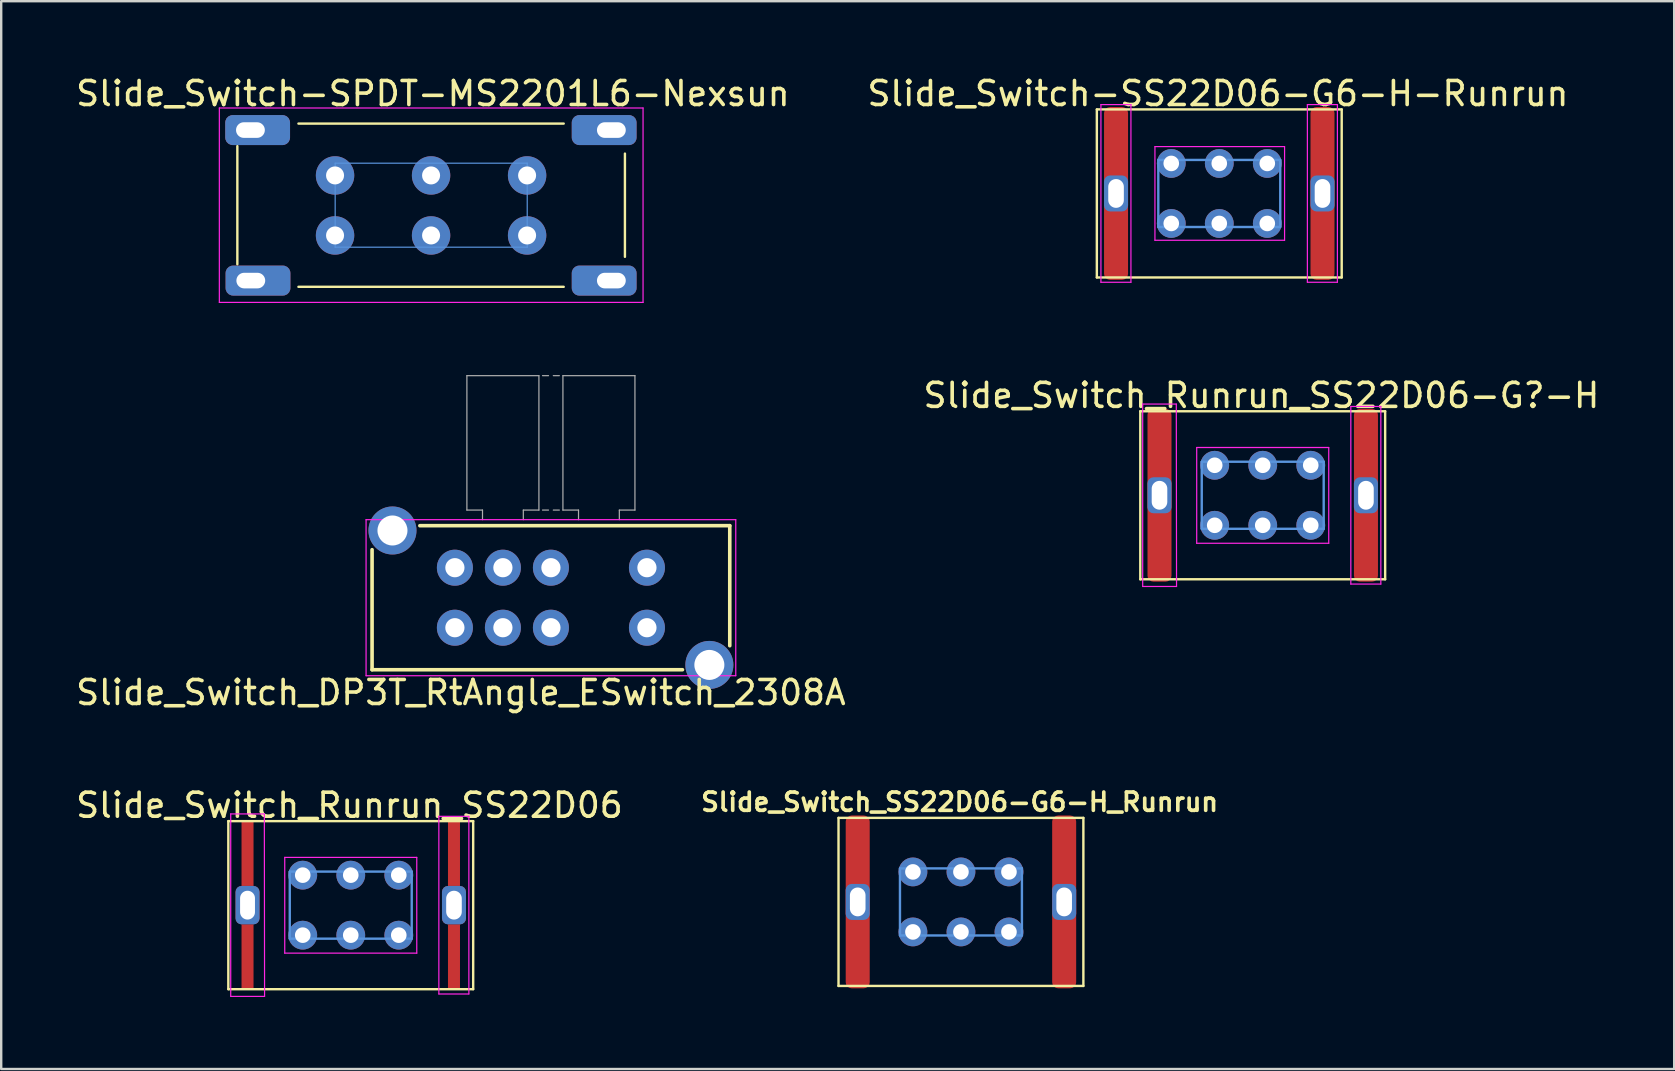
<source format=kicad_pcb>
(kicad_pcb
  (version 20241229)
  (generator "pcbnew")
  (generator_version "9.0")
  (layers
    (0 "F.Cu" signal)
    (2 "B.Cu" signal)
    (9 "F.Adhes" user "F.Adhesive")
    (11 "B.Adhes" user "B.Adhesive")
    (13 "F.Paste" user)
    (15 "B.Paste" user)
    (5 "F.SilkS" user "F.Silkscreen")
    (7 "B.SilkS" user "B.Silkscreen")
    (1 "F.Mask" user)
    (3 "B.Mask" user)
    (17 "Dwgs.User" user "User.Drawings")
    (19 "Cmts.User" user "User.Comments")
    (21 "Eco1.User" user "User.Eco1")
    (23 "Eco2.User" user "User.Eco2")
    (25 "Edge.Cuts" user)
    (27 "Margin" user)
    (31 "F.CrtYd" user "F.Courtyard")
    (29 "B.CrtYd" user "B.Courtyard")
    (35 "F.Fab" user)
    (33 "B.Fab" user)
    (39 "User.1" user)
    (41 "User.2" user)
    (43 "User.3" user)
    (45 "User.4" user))
  (footprint "Slide_Switch_SS22D06-G6-H_Runrun"
    (layer "F.Cu")
    (at 36.979 34.52)
    (property "Reference" "Slide_Switch_SS22D06-G6-H_Runrun" (at -0.055 -4.16 0) (layer "F.SilkS") (effects (font (size 0.762 0.762) (thickness 0.152))))
    (attr through_hole)
    (fp_line (start -5.1 -3.5) (end -5.1 3.5) (stroke (width 0.1) (type solid)) (layer "F.SilkS"))
    (fp_line (start -5.1 -3.5) (end 5.1 -3.5) (stroke (width 0.1) (type solid)) (layer "F.SilkS"))
    (fp_line (start 5.1 3.5) (end -5.1 3.5) (stroke (width 0.1) (type solid)) (layer "F.SilkS"))
    (fp_line (start 5.1 3.5) (end 5.1 -3.5) (stroke (width 0.1) (type solid)) (layer "F.SilkS"))
    (fp_line (start -2.54 -1.397) (end -2.54 1.397) (stroke (width 0.1) (type solid)) (layer "Cmts.User"))
    (fp_line (start -2.54 1.397) (end 2.54 1.397) (stroke (width 0.1) (type solid)) (layer "Cmts.User"))
    (fp_line (start 2.54 -1.397) (end -2.54 -1.397) (stroke (width 0.1) (type solid)) (layer "Cmts.User"))
    (fp_line (start 2.54 1.397) (end 2.54 -1.397) (stroke (width 0.1) (type solid)) (layer "Cmts.User"))
    (pad "" thru_hole roundrect (at -4.3 0 90) (size 1.5 1) (drill oval 1.2 0.65) (layers "*.Cu" "*.Mask") (roundrect_rratio 0.25))
    (pad "" connect roundrect (at -4.3 0 90) (size 7.2 1) (layers "F.Cu" "F.Mask") (roundrect_rratio 0.25))
    (pad "" thru_hole roundrect (at 4.3 0 90) (size 1.5 1) (drill oval 1.2 0.65) (layers "*.Cu" "*.Mask") (roundrect_rratio 0.25))
    (pad "" connect roundrect (at 4.3 0 90) (size 7.2 1) (layers "F.Cu" "F.Mask") (roundrect_rratio 0.25))
    (pad "1" thru_hole circle (at -2 1.25) (size 1.2 1.2) (drill 0.65) (layers "*.Cu" "*.Mask"))
    (pad "2" thru_hole circle (at 0 1.25) (size 1.2 1.2) (drill 0.65) (layers "*.Cu" "*.Mask"))
    (pad "3" thru_hole circle (at 2 1.25) (size 1.2 1.2) (drill 0.65) (layers "*.Cu" "*.Mask"))
    (pad "4" thru_hole circle (at -2 -1.25) (size 1.2 1.2) (drill 0.65) (layers "*.Cu" "*.Mask"))
    (pad "5" thru_hole circle (at 0 -1.25) (size 1.2 1.2) (drill 0.65) (layers "*.Cu" "*.Mask"))
    (pad "6" thru_hole circle (at 2 -1.25) (size 1.2 1.2) (drill 0.65) (layers "*.Cu" "*.Mask")))
  (footprint "Slide_Switch-SPDT-MS2201L6-Nexsun"
    (layer "F.Cu")
    (at 14.912 5.498)
    (property "Reference" "Slide_Switch-SPDT-MS2201L6-Nexsun" (at 0.07 -4.65 0) (layer "F.SilkS") (effects (font (size 1 1) (thickness 0.15))))
    (attr through_hole)
    (fp_line (start -8.075 -2.46) (end -8.075 2.46) (stroke (width 0.1) (type solid)) (layer "F.SilkS"))
    (fp_line (start -5.53 3.4) (end 5.52 3.4) (stroke (width 0.1) (type solid)) (layer "F.SilkS"))
    (fp_line (start 5.52 -3.4) (end -5.53 -3.4) (stroke (width 0.1) (type solid)) (layer "F.SilkS"))
    (fp_line (start 8.07 2.15) (end 8.07 -2.15) (stroke (width 0.1) (type solid)) (layer "F.SilkS"))
    (fp_line (start -4 -1.75) (end 4 -1.75) (stroke (width 0.05) (type solid)) (layer "Cmts.User"))
    (fp_line (start -4 1.75) (end -4 -1.75) (stroke (width 0.05) (type solid)) (layer "Cmts.User"))
    (fp_line (start -4 1.75) (end 4 1.75) (stroke (width 0.05) (type solid)) (layer "Cmts.User"))
    (fp_line (start 4 1.75) (end 4 -1.75) (stroke (width 0.05) (type solid)) (layer "Cmts.User"))
    (fp_line (start -8.825 -4.05) (end -8.825 4.05) (stroke (width 0.05) (type solid)) (layer "F.CrtYd"))
    (fp_line (start -8.825 4.05) (end 8.825 4.05) (stroke (width 0.05) (type solid)) (layer "F.CrtYd"))
    (fp_line (start 8.825 -4.05) (end -8.825 -4.05) (stroke (width 0.05) (type solid)) (layer "F.CrtYd"))
    (fp_line (start 8.825 4.05) (end 8.825 -4.05) (stroke (width 0.05) (type solid)) (layer "F.CrtYd"))
    (pad "1" thru_hole circle (at -4.005 -1.24) (size 1.6 1.6) (drill 0.75) (layers "*.Cu" "*.Mask"))
    (pad "2" thru_hole circle (at -0.005 -1.24) (size 1.6 1.6) (drill 0.75) (layers "*.Cu" "*.Mask"))
    (pad "3" thru_hole circle (at 3.995 -1.24) (size 1.6 1.6) (drill 0.75) (layers "*.Cu" "*.Mask"))
    (pad "4" thru_hole circle (at -4.005 1.26) (size 1.6 1.6) (drill 0.75) (layers "*.Cu" "*.Mask"))
    (pad "5" thru_hole circle (at -0.005 1.26) (size 1.6 1.6) (drill 0.75) (layers "*.Cu" "*.Mask"))
    (pad "6" thru_hole circle (at 3.995 1.26) (size 1.6 1.6) (drill 0.75) (layers "*.Cu" "*.Mask"))
    (pad "GND" thru_hole roundrect (at -7.53 -3.13) (size 2.7 1.25) (drill oval 1.2 0.65 (offset 0.3 0)) (layers "*.Cu" "*.Mask") (roundrect_rratio 0.25))
    (pad "GND" thru_hole roundrect (at -7.515 3.14) (size 2.7 1.25) (drill oval 1.2 0.65 (offset 0.3 0)) (layers "*.Cu" "*.Mask") (roundrect_rratio 0.25))
    (pad "GND" thru_hole roundrect (at 7.505 -3.13) (size 2.7 1.25) (drill oval 1.2 0.65 (offset -0.3 0)) (layers "*.Cu" "*.Mask") (roundrect_rratio 0.25))
    (pad "GND" thru_hole roundrect (at 7.505 3.14) (size 2.7 1.25) (drill oval 1.2 0.65 (offset -0.3 0)) (layers "*.Cu" "*.Mask") (roundrect_rratio 0.25)))
  (footprint "Slide_Switch_Runrun_SS22D06-G?-H"
    (layer "F.Cu")
    (at 49.55 17.581)
    (property "Reference" "Slide_Switch_Runrun_SS22D06-G?-H" (at -0.055 -4.16 0) (layer "F.SilkS") (effects (font (size 1 1) (thickness 0.15))))
    (attr through_hole)
    (fp_line (start -5.1 -3.5) (end -5.1 3.5) (stroke (width 0.1) (type solid)) (layer "F.SilkS"))
    (fp_line (start -5.1 -3.5) (end 5.1 -3.5) (stroke (width 0.1) (type solid)) (layer "F.SilkS"))
    (fp_line (start 5.1 3.5) (end -5.1 3.5) (stroke (width 0.1) (type solid)) (layer "F.SilkS"))
    (fp_line (start 5.1 3.5) (end 5.1 -3.5) (stroke (width 0.1) (type solid)) (layer "F.SilkS"))
    (fp_line (start -2.54 -1.397) (end -2.54 1.397) (stroke (width 0.1) (type solid)) (layer "Cmts.User"))
    (fp_line (start -2.54 1.397) (end 2.54 1.397) (stroke (width 0.1) (type solid)) (layer "Cmts.User"))
    (fp_line (start 2.54 -1.397) (end -2.54 -1.397) (stroke (width 0.1) (type solid)) (layer "Cmts.User"))
    (fp_line (start 2.54 1.397) (end 2.54 -1.397) (stroke (width 0.1) (type solid)) (layer "Cmts.User"))
    (fp_line (start -5 -3.8) (end -3.6 -3.8) (stroke (width 0.05) (type solid)) (layer "F.CrtYd"))
    (fp_line (start -5 3.8) (end -5 -3.8) (stroke (width 0.05) (type solid)) (layer "F.CrtYd"))
    (fp_line (start -3.6 -3.8) (end -3.59 3.8) (stroke (width 0.05) (type solid)) (layer "F.CrtYd"))
    (fp_line (start -3.59 3.8) (end -5 3.8) (stroke (width 0.05) (type solid)) (layer "F.CrtYd"))
    (fp_line (start -2.75 -1.99) (end 2.75 -1.99) (stroke (width 0.05) (type solid)) (layer "F.CrtYd"))
    (fp_line (start -2.75 2) (end -2.75 -1.99) (stroke (width 0.05) (type solid)) (layer "F.CrtYd"))
    (fp_line (start 2.75 -1.99) (end 2.75 2) (stroke (width 0.05) (type solid)) (layer "F.CrtYd"))
    (fp_line (start 2.75 2) (end -2.75 2) (stroke (width 0.05) (type solid)) (layer "F.CrtYd"))
    (fp_line (start 3.67 -3.7) (end 4.92 -3.7) (stroke (width 0.05) (type solid)) (layer "F.CrtYd"))
    (fp_line (start 3.67 3.7) (end 3.67 -3.7) (stroke (width 0.05) (type solid)) (layer "F.CrtYd"))
    (fp_line (start 4.92 -3.7) (end 4.92 3.7) (stroke (width 0.05) (type solid)) (layer "F.CrtYd"))
    (fp_line (start 4.92 3.7) (end 3.67 3.7) (stroke (width 0.05) (type solid)) (layer "F.CrtYd"))
    (pad "" thru_hole roundrect (at -4.3 0 90) (size 1.5 1) (drill oval 1.2 0.65) (layers "*.Cu" "*.Mask") (roundrect_rratio 0.25))
    (pad "" connect roundrect (at -4.3 0 90) (size 7.2 1) (layers "F.Cu" "F.Mask") (roundrect_rratio 0.25))
    (pad "" thru_hole roundrect (at 4.3 0 90) (size 1.5 1) (drill oval 1.2 0.65) (layers "*.Cu" "*.Mask") (roundrect_rratio 0.25))
    (pad "" connect roundrect (at 4.3 0 90) (size 7.2 1) (layers "F.Cu" "F.Mask") (roundrect_rratio 0.25))
    (pad "1" thru_hole circle (at -2 1.25) (size 1.2 1.2) (drill 0.65) (layers "*.Cu" "*.Mask"))
    (pad "2" thru_hole circle (at 0 1.25) (size 1.2 1.2) (drill 0.65) (layers "*.Cu" "*.Mask"))
    (pad "3" thru_hole circle (at 2 1.25) (size 1.2 1.2) (drill 0.65) (layers "*.Cu" "*.Mask"))
    (pad "4" thru_hole circle (at -2 -1.25) (size 1.2 1.2) (drill 0.65) (layers "*.Cu" "*.Mask"))
    (pad "5" thru_hole circle (at 0 -1.25) (size 1.2 1.2) (drill 0.65) (layers "*.Cu" "*.Mask"))
    (pad "6" thru_hole circle (at 2 -1.25) (size 1.2 1.2) (drill 0.65) (layers "*.Cu" "*.Mask")))
  (footprint "Slide_Switch_DP3T_RtAngle_ESwitch_2308A"
    (layer "F.Cu")
    (at 19.899 21.848)
    (property "Reference" "Slide_Switch_DP3T_RtAngle_ESwitch_2308A" (at -3.75 3.95 180) (layer "F.SilkS") (effects (font (size 1 1) (thickness 0.15))))
    (attr through_hole)
    (fp_line (start -7.45 3) (end -7.45 -2) (stroke (width 0.15) (type solid)) (layer "F.SilkS"))
    (fp_line (start -7.45 3) (end 5.48 3) (stroke (width 0.15) (type solid)) (layer "F.SilkS"))
    (fp_line (start -5.46 -3) (end 7.45 -3) (stroke (width 0.15) (type solid)) (layer "F.SilkS"))
    (fp_line (start 7.45 2) (end 7.45 -3) (stroke (width 0.15) (type solid)) (layer "F.SilkS"))
    (fp_line (start -7.7 -3.25) (end 7.7 -3.25) (stroke (width 0.05) (type solid)) (layer "F.CrtYd"))
    (fp_line (start -7.7 3.25) (end -7.7 -3.25) (stroke (width 0.05) (type solid)) (layer "F.CrtYd"))
    (fp_line (start -7.7 3.25) (end 7.7 3.25) (stroke (width 0.05) (type solid)) (layer "F.CrtYd"))
    (fp_line (start 7.7 3.25) (end 7.7 -3.25) (stroke (width 0.05) (type solid)) (layer "F.CrtYd"))
    (fp_line (start -3.5 -9.25) (end -0.5 -9.25) (stroke (width 0.05) (type solid)) (layer "F.Fab"))
    (fp_line (start -3.5 -3.65) (end -3.5 -9.25) (stroke (width 0.05) (type solid)) (layer "F.Fab"))
    (fp_line (start -3.5 -3.65) (end -2.85 -3.65) (stroke (width 0.05) (type solid)) (layer "F.Fab"))
    (fp_line (start -2.85 -3.65) (end -2.85 -3.25) (stroke (width 0.05) (type solid)) (layer "F.Fab"))
    (fp_line (start -1.15 -3.65) (end -1.15 -3.25) (stroke (width 0.05) (type solid)) (layer "F.Fab"))
    (fp_line (start -1.15 -3.65) (end -0.5 -3.65) (stroke (width 0.05) (type solid)) (layer "F.Fab"))
    (fp_line (start -0.5 -9.25) (end -0.5 -3.65) (stroke (width 0.05) (type solid)) (layer "F.Fab"))
    (fp_line (start -0.35 -9.25) (end -0.1 -9.25) (stroke (width 0.05) (type solid)) (layer "F.Fab"))
    (fp_line (start -0.35 -3.65) (end -0.1 -3.65) (stroke (width 0.05) (type solid)) (layer "F.Fab"))
    (fp_line (start 0.1 -9.25) (end 0.35 -9.25) (stroke (width 0.05) (type solid)) (layer "F.Fab"))
    (fp_line (start 0.1 -3.65) (end 0.35 -3.65) (stroke (width 0.05) (type solid)) (layer "F.Fab"))
    (fp_line (start 0.5 -9.25) (end 3.5 -9.25) (stroke (width 0.05) (type solid)) (layer "F.Fab"))
    (fp_line (start 0.5 -3.65) (end 0.5 -9.25) (stroke (width 0.05) (type solid)) (layer "F.Fab"))
    (fp_line (start 0.5 -3.65) (end 1.15 -3.65) (stroke (width 0.05) (type solid)) (layer "F.Fab"))
    (fp_line (start 1.15 -3.65) (end 1.15 -3.25) (stroke (width 0.05) (type solid)) (layer "F.Fab"))
    (fp_line (start 2.85 -3.65) (end 2.85 -3.25) (stroke (width 0.05) (type solid)) (layer "F.Fab"))
    (fp_line (start 2.85 -3.65) (end 3.5 -3.65) (stroke (width 0.05) (type solid)) (layer "F.Fab"))
    (fp_line (start 3.5 -9.25) (end 3.5 -3.65) (stroke (width 0.05) (type solid)) (layer "F.Fab"))
    (pad "" thru_hole circle (at -6.6 -2.8) (size 2 2) (drill 1.25) (layers "*.Cu" "*.Mask"))
    (pad "" thru_hole circle (at 6.6 2.8) (size 2 2) (drill 1.25) (layers "*.Cu" "*.Mask"))
    (pad "1" thru_hole circle (at -4 -1.25) (size 1.5 1.5) (drill 0.8) (layers "*.Cu" "*.Mask"))
    (pad "2" thru_hole circle (at -2 -1.25) (size 1.5 1.5) (drill 0.8) (layers "*.Cu" "*.Mask"))
    (pad "3" thru_hole circle (at 0 -1.25) (size 1.5 1.5) (drill 0.8) (layers "*.Cu" "*.Mask"))
    (pad "4" thru_hole circle (at 4 -1.25) (size 1.5 1.5) (drill 0.8) (layers "*.Cu" "*.Mask"))
    (pad "5" thru_hole circle (at -4 1.25) (size 1.5 1.5) (drill 0.8) (layers "*.Cu" "*.Mask"))
    (pad "6" thru_hole circle (at -2 1.25) (size 1.5 1.5) (drill 0.8) (layers "*.Cu" "*.Mask"))
    (pad "7" thru_hole circle (at 0 1.25) (size 1.5 1.5) (drill 0.8) (layers "*.Cu" "*.Mask"))
    (pad "8" thru_hole circle (at 4 1.25) (size 1.5 1.5) (drill 0.8) (layers "*.Cu" "*.Mask")))
  (footprint "Slide_Switch_Runrun_SS22D06"
    (layer "F.Cu")
    (at 11.561 34.655)
    (property "Reference" "Slide_Switch_Runrun_SS22D06" (at -0.055 -4.16 0) (layer "F.SilkS") (effects (font (size 1 1) (thickness 0.15))))
    (attr through_hole)
    (fp_line (start -5.1 -3.5) (end -5.1 3.5) (stroke (width 0.1) (type solid)) (layer "F.SilkS"))
    (fp_line (start -5.1 -3.5) (end 5.1 -3.5) (stroke (width 0.1) (type solid)) (layer "F.SilkS"))
    (fp_line (start 5.1 3.5) (end -5.1 3.5) (stroke (width 0.1) (type solid)) (layer "F.SilkS"))
    (fp_line (start 5.1 3.5) (end 5.1 -3.5) (stroke (width 0.1) (type solid)) (layer "F.SilkS"))
    (fp_line (start -2.54 -1.397) (end -2.54 1.397) (stroke (width 0.1) (type solid)) (layer "Cmts.User"))
    (fp_line (start -2.54 1.397) (end 2.54 1.397) (stroke (width 0.1) (type solid)) (layer "Cmts.User"))
    (fp_line (start 2.54 -1.397) (end -2.54 -1.397) (stroke (width 0.1) (type solid)) (layer "Cmts.User"))
    (fp_line (start 2.54 1.397) (end 2.54 -1.397) (stroke (width 0.1) (type solid)) (layer "Cmts.User"))
    (fp_line (start -5 -3.8) (end -3.6 -3.8) (stroke (width 0.05) (type solid)) (layer "F.CrtYd"))
    (fp_line (start -5 3.8) (end -5 -3.8) (stroke (width 0.05) (type solid)) (layer "F.CrtYd"))
    (fp_line (start -3.6 -3.8) (end -3.59 3.8) (stroke (width 0.05) (type solid)) (layer "F.CrtYd"))
    (fp_line (start -3.59 3.8) (end -5 3.8) (stroke (width 0.05) (type solid)) (layer "F.CrtYd"))
    (fp_line (start -2.75 -1.99) (end 2.75 -1.99) (stroke (width 0.05) (type solid)) (layer "F.CrtYd"))
    (fp_line (start -2.75 2) (end -2.75 -1.99) (stroke (width 0.05) (type solid)) (layer "F.CrtYd"))
    (fp_line (start 2.75 -1.99) (end 2.75 2) (stroke (width 0.05) (type solid)) (layer "F.CrtYd"))
    (fp_line (start 2.75 2) (end -2.75 2) (stroke (width 0.05) (type solid)) (layer "F.CrtYd"))
    (fp_line (start 3.67 -3.7) (end 4.92 -3.7) (stroke (width 0.05) (type solid)) (layer "F.CrtYd"))
    (fp_line (start 3.67 3.7) (end 3.67 -3.7) (stroke (width 0.05) (type solid)) (layer "F.CrtYd"))
    (fp_line (start 4.92 -3.7) (end 4.92 3.7) (stroke (width 0.05) (type solid)) (layer "F.CrtYd"))
    (fp_line (start 4.92 3.7) (end 3.67 3.7) (stroke (width 0.05) (type solid)) (layer "F.CrtYd"))
    (pad "1" thru_hole circle (at -2 1.25) (size 1.2 1.2) (drill 0.65) (layers "*.Cu" "*.Mask"))
    (pad "2" thru_hole circle (at 0 1.25) (size 1.2 1.2) (drill 0.65) (layers "*.Cu" "*.Mask"))
    (pad "3" thru_hole circle (at 2 1.25) (size 1.2 1.2) (drill 0.65) (layers "*.Cu" "*.Mask"))
    (pad "4" thru_hole circle (at -2 -1.25) (size 1.2 1.2) (drill 0.65) (layers "*.Cu" "*.Mask"))
    (pad "5" thru_hole circle (at 0 -1.25) (size 1.2 1.2) (drill 0.65) (layers "*.Cu" "*.Mask"))
    (pad "6" thru_hole circle (at 2 -1.25) (size 1.2 1.2) (drill 0.65) (layers "*.Cu" "*.Mask"))
    (pad "7" connect rect (at -4.3 -2.15 90) (size 2.7 0.5) (layers "F.Cu" "F.Mask"))
    (pad "7" thru_hole roundrect (at -4.3 0 90) (size 1.6 1) (drill oval 1.2 0.62) (layers "*.Cu" "*.Mask") (roundrect_rratio 0.25))
    (pad "7" connect rect (at -4.3 2.15 90) (size 2.7 0.5) (layers "F.Cu" "F.Mask"))
    (pad "8" connect rect (at 4.3 -2.15 90) (size 2.7 0.5) (layers "F.Cu" "F.Mask"))
    (pad "8" thru_hole roundrect (at 4.3 0 90) (size 1.6 1) (drill oval 1.2 0.65) (layers "*.Cu" "*.Mask") (roundrect_rratio 0.25))
    (pad "8" connect rect (at 4.3 2.15 90) (size 2.7 0.5) (layers "F.Cu" "F.Mask")))
  (footprint "Slide_Switch-SS22D06-G6-H-Runrun"
    (layer "F.Cu")
    (at 47.74 5.008)
    (property "Reference" "Slide_Switch-SS22D06-G6-H-Runrun" (at -0.055 -4.16 0) (layer "F.SilkS") (effects (font (size 1 1) (thickness 0.15))))
    (attr through_hole)
    (fp_line (start -5.1 -3.5) (end -5.1 3.5) (stroke (width 0.1) (type solid)) (layer "F.SilkS"))
    (fp_line (start -5.1 -3.5) (end 5.1 -3.5) (stroke (width 0.1) (type solid)) (layer "F.SilkS"))
    (fp_line (start 5.1 3.5) (end -5.1 3.5) (stroke (width 0.1) (type solid)) (layer "F.SilkS"))
    (fp_line (start 5.1 3.5) (end 5.1 -3.5) (stroke (width 0.1) (type solid)) (layer "F.SilkS"))
    (fp_line (start -2.54 -1.397) (end -2.54 1.397) (stroke (width 0.1) (type solid)) (layer "Cmts.User"))
    (fp_line (start -2.54 1.397) (end 2.54 1.397) (stroke (width 0.1) (type solid)) (layer "Cmts.User"))
    (fp_line (start 2.54 -1.397) (end -2.54 -1.397) (stroke (width 0.1) (type solid)) (layer "Cmts.User"))
    (fp_line (start 2.54 1.397) (end 2.54 -1.397) (stroke (width 0.1) (type solid)) (layer "Cmts.User"))
    (fp_line (start -4.93 -3.7) (end -3.68 -3.7) (stroke (width 0.05) (type solid)) (layer "F.CrtYd"))
    (fp_line (start -4.93 3.7) (end -4.93 -3.7) (stroke (width 0.05) (type solid)) (layer "F.CrtYd"))
    (fp_line (start -3.68 -3.7) (end -3.68 3.7) (stroke (width 0.05) (type solid)) (layer "F.CrtYd"))
    (fp_line (start -3.68 3.7) (end -4.93 3.7) (stroke (width 0.05) (type solid)) (layer "F.CrtYd"))
    (fp_line (start -2.68 -1.95) (end 2.72 -1.95) (stroke (width 0.05) (type solid)) (layer "F.CrtYd"))
    (fp_line (start -2.68 1.95) (end -2.68 -1.95) (stroke (width 0.05) (type solid)) (layer "F.CrtYd"))
    (fp_line (start 2.72 -1.95) (end 2.72 1.95) (stroke (width 0.05) (type solid)) (layer "F.CrtYd"))
    (fp_line (start 2.72 1.95) (end -2.68 1.95) (stroke (width 0.05) (type solid)) (layer "F.CrtYd"))
    (fp_line (start 3.67 -3.7) (end 4.92 -3.7) (stroke (width 0.05) (type solid)) (layer "F.CrtYd"))
    (fp_line (start 3.67 3.7) (end 3.67 -3.7) (stroke (width 0.05) (type solid)) (layer "F.CrtYd"))
    (fp_line (start 4.92 -3.7) (end 4.92 3.7) (stroke (width 0.05) (type solid)) (layer "F.CrtYd"))
    (fp_line (start 4.92 3.7) (end 3.67 3.7) (stroke (width 0.05) (type solid)) (layer "F.CrtYd"))
    (pad "" thru_hole roundrect (at -4.3 0 90) (size 1.5 1) (drill oval 1.2 0.65) (layers "*.Cu" "*.Mask") (roundrect_rratio 0.25))
    (pad "" connect roundrect (at -4.3 0 90) (size 7.2 1) (layers "F.Cu" "F.Mask") (roundrect_rratio 0.25))
    (pad "" thru_hole roundrect (at 4.3 0 90) (size 1.5 1) (drill oval 1.2 0.65) (layers "*.Cu" "*.Mask") (roundrect_rratio 0.25))
    (pad "" connect roundrect (at 4.3 0 90) (size 7.2 1) (layers "F.Cu" "F.Mask") (roundrect_rratio 0.25))
    (pad "1" thru_hole circle (at -2 1.25) (size 1.2 1.2) (drill 0.65) (layers "*.Cu" "*.Mask"))
    (pad "2" thru_hole circle (at 0 1.25) (size 1.2 1.2) (drill 0.65) (layers "*.Cu" "*.Mask"))
    (pad "3" thru_hole circle (at 2 1.25) (size 1.2 1.2) (drill 0.65) (layers "*.Cu" "*.Mask"))
    (pad "4" thru_hole circle (at -2 -1.25) (size 1.2 1.2) (drill 0.65) (layers "*.Cu" "*.Mask"))
    (pad "5" thru_hole circle (at 0 -1.25) (size 1.2 1.2) (drill 0.65) (layers "*.Cu" "*.Mask"))
    (pad "6" thru_hole circle (at 2 -1.25) (size 1.2 1.2) (drill 0.65) (layers "*.Cu" "*.Mask")))
  (gr_rect
    (start -3 -3)
    (end 66.69 41.48)
    (stroke (width 0.1) (type default))
    (fill no)
    (layer "Edge.Cuts")))
</source>
